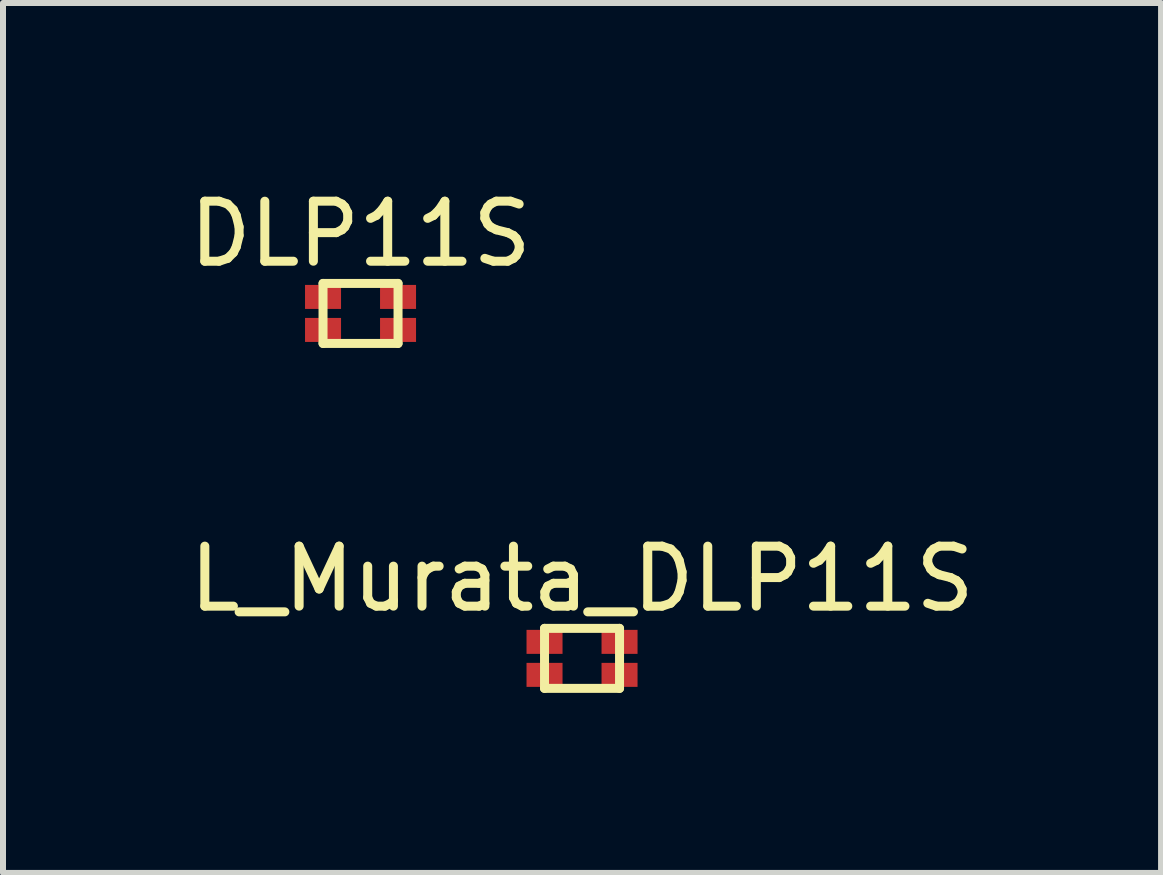
<source format=kicad_pcb>
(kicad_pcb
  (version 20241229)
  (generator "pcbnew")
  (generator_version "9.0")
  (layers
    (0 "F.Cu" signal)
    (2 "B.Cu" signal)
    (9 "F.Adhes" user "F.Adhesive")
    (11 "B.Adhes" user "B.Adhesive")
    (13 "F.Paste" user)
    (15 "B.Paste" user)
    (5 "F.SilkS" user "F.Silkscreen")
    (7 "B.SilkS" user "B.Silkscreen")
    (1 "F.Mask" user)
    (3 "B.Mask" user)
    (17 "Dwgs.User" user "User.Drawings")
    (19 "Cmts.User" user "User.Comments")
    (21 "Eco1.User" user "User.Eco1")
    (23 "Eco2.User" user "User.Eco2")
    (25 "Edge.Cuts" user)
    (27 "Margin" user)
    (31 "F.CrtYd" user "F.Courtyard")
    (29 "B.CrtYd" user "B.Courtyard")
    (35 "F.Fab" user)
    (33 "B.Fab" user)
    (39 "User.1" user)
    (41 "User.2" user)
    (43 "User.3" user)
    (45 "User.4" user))
  (footprint "L_Murata_DLP11S"
    (layer "F.Cu")
    (at 6.649 7.921)
    (property "Reference" "L_Murata_DLP11S" (at 0 -1.325 0) (layer "F.SilkS") (effects (font (size 1 1) (thickness 0.15))))
    (attr through_hole)
    (fp_line (start -0.625 -0.5) (end 0.625 -0.5) (stroke (width 0.15) (type solid)) (layer "F.SilkS"))
    (fp_line (start -0.625 0.5) (end -0.625 -0.5) (stroke (width 0.15) (type solid)) (layer "F.SilkS"))
    (fp_line (start 0.625 -0.5) (end 0.625 0.5) (stroke (width 0.15) (type solid)) (layer "F.SilkS"))
    (fp_line (start 0.625 0.5) (end -0.625 0.5) (stroke (width 0.15) (type solid)) (layer "F.SilkS"))
    (pad "1" smd rect (at -0.625 -0.275) (size 0.6 0.4) (layers "F.Cu" "F.Mask" "F.Paste"))
    (pad "2" smd rect (at 0.625 -0.275) (size 0.6 0.4) (layers "F.Cu" "F.Mask" "F.Paste"))
    (pad "3" smd rect (at 0.625 0.275) (size 0.6 0.4) (layers "F.Cu" "F.Mask" "F.Paste"))
    (pad "4" smd rect (at -0.625 0.275) (size 0.6 0.4) (layers "F.Cu" "F.Mask" "F.Paste")))
  (footprint "DLP11S"
    (layer "F.Cu")
    (at 2.958 2.173)
    (property "Reference" "DLP11S" (at 0 -1.325 0) (layer "F.SilkS") (effects (font (size 1 1) (thickness 0.15))))
    (attr through_hole)
    (fp_line (start -0.625 -0.5) (end 0.625 -0.5) (stroke (width 0.15) (type solid)) (layer "F.SilkS"))
    (fp_line (start -0.625 0.5) (end -0.625 -0.5) (stroke (width 0.15) (type solid)) (layer "F.SilkS"))
    (fp_line (start 0.625 -0.5) (end 0.625 0.5) (stroke (width 0.15) (type solid)) (layer "F.SilkS"))
    (fp_line (start 0.625 0.5) (end -0.625 0.5) (stroke (width 0.15) (type solid)) (layer "F.SilkS"))
    (pad "1" smd rect (at 0.625 -0.275) (size 0.6 0.4) (layers "F.Cu" "F.Mask" "F.Paste"))
    (pad "2" smd rect (at -0.625 -0.275) (size 0.6 0.4) (layers "F.Cu" "F.Mask" "F.Paste"))
    (pad "3" smd rect (at 0.625 0.275) (size 0.6 0.4) (layers "F.Cu" "F.Mask" "F.Paste"))
    (pad "4" smd rect (at -0.625 0.275) (size 0.6 0.4) (layers "F.Cu" "F.Mask" "F.Paste")))
  (gr_rect
    (start -3 -3)
    (end 16.298 11.496)
    (stroke (width 0.1) (type default))
    (fill no)
    (layer "Edge.Cuts")))
</source>
